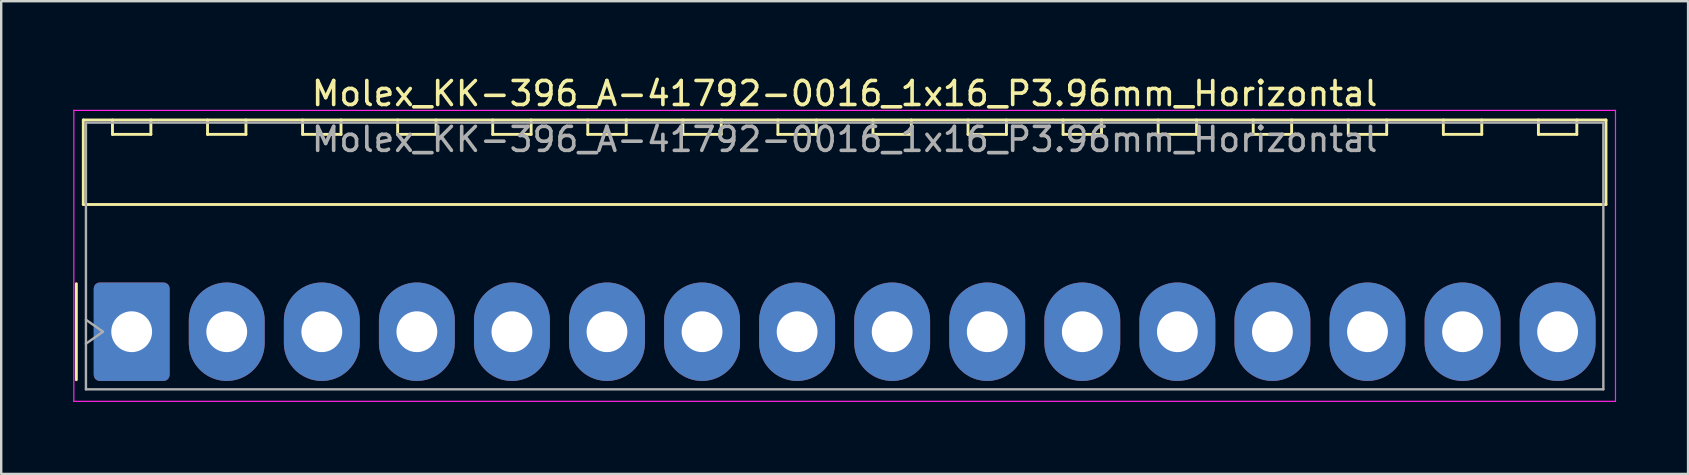
<source format=kicad_pcb>
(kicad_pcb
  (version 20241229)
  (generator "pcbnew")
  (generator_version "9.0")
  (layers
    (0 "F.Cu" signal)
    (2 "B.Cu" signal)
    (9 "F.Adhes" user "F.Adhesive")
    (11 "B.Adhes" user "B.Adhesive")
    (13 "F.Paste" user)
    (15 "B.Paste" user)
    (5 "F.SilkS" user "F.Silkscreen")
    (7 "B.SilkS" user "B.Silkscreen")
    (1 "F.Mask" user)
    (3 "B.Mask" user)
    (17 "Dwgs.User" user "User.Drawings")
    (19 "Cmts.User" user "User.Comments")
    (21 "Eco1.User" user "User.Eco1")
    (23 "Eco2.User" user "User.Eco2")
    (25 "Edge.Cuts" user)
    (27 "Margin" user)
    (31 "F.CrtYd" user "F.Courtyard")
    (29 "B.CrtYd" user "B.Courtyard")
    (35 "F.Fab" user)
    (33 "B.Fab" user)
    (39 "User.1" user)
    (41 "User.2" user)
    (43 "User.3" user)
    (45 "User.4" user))
  (footprint "Molex_KK-396_A-41792-0016_1x16_P3.96mm_Horizontal"
    (layer "F.Cu")
    (at 2.435 10.768)
    (property "Reference" "Molex_KK-396_A-41792-0016_1x16_P3.96mm_Horizontal" (at 29.7 -9.92 0) (layer "F.SilkS") (effects (font (size 1 1) (thickness 0.15))))
    (attr through_hole)
    (fp_line (start -2.305 -2) (end -2.305 2) (stroke (width 0.12) (type solid)) (layer "F.SilkS"))
    (fp_line (start -2.015 -8.82) (end 61.415 -8.82) (stroke (width 0.12) (type solid)) (layer "F.SilkS"))
    (fp_line (start -2.015 -5.3) (end -2.015 -8.82) (stroke (width 0.12) (type solid)) (layer "F.SilkS"))
    (fp_line (start -0.8 -8.82) (end -0.8 -8.22) (stroke (width 0.12) (type solid)) (layer "F.SilkS"))
    (fp_line (start -0.8 -8.22) (end 0.8 -8.22) (stroke (width 0.12) (type solid)) (layer "F.SilkS"))
    (fp_line (start 0.8 -8.22) (end 0.8 -8.82) (stroke (width 0.12) (type solid)) (layer "F.SilkS"))
    (fp_line (start 3.16 -8.82) (end 3.16 -8.22) (stroke (width 0.12) (type solid)) (layer "F.SilkS"))
    (fp_line (start 3.16 -8.22) (end 4.76 -8.22) (stroke (width 0.12) (type solid)) (layer "F.SilkS"))
    (fp_line (start 4.76 -8.22) (end 4.76 -8.82) (stroke (width 0.12) (type solid)) (layer "F.SilkS"))
    (fp_line (start 7.12 -8.82) (end 7.12 -8.22) (stroke (width 0.12) (type solid)) (layer "F.SilkS"))
    (fp_line (start 7.12 -8.22) (end 8.72 -8.22) (stroke (width 0.12) (type solid)) (layer "F.SilkS"))
    (fp_line (start 8.72 -8.22) (end 8.72 -8.82) (stroke (width 0.12) (type solid)) (layer "F.SilkS"))
    (fp_line (start 11.08 -8.82) (end 11.08 -8.22) (stroke (width 0.12) (type solid)) (layer "F.SilkS"))
    (fp_line (start 11.08 -8.22) (end 12.68 -8.22) (stroke (width 0.12) (type solid)) (layer "F.SilkS"))
    (fp_line (start 12.68 -8.22) (end 12.68 -8.82) (stroke (width 0.12) (type solid)) (layer "F.SilkS"))
    (fp_line (start 15.04 -8.82) (end 15.04 -8.22) (stroke (width 0.12) (type solid)) (layer "F.SilkS"))
    (fp_line (start 15.04 -8.22) (end 16.64 -8.22) (stroke (width 0.12) (type solid)) (layer "F.SilkS"))
    (fp_line (start 16.64 -8.22) (end 16.64 -8.82) (stroke (width 0.12) (type solid)) (layer "F.SilkS"))
    (fp_line (start 19 -8.82) (end 19 -8.22) (stroke (width 0.12) (type solid)) (layer "F.SilkS"))
    (fp_line (start 19 -8.22) (end 20.6 -8.22) (stroke (width 0.12) (type solid)) (layer "F.SilkS"))
    (fp_line (start 20.6 -8.22) (end 20.6 -8.82) (stroke (width 0.12) (type solid)) (layer "F.SilkS"))
    (fp_line (start 22.96 -8.82) (end 22.96 -8.22) (stroke (width 0.12) (type solid)) (layer "F.SilkS"))
    (fp_line (start 22.96 -8.22) (end 24.56 -8.22) (stroke (width 0.12) (type solid)) (layer "F.SilkS"))
    (fp_line (start 24.56 -8.22) (end 24.56 -8.82) (stroke (width 0.12) (type solid)) (layer "F.SilkS"))
    (fp_line (start 26.92 -8.82) (end 26.92 -8.22) (stroke (width 0.12) (type solid)) (layer "F.SilkS"))
    (fp_line (start 26.92 -8.22) (end 28.52 -8.22) (stroke (width 0.12) (type solid)) (layer "F.SilkS"))
    (fp_line (start 28.52 -8.22) (end 28.52 -8.82) (stroke (width 0.12) (type solid)) (layer "F.SilkS"))
    (fp_line (start 30.88 -8.82) (end 30.88 -8.22) (stroke (width 0.12) (type solid)) (layer "F.SilkS"))
    (fp_line (start 30.88 -8.22) (end 32.48 -8.22) (stroke (width 0.12) (type solid)) (layer "F.SilkS"))
    (fp_line (start 32.48 -8.22) (end 32.48 -8.82) (stroke (width 0.12) (type solid)) (layer "F.SilkS"))
    (fp_line (start 34.84 -8.82) (end 34.84 -8.22) (stroke (width 0.12) (type solid)) (layer "F.SilkS"))
    (fp_line (start 34.84 -8.22) (end 36.44 -8.22) (stroke (width 0.12) (type solid)) (layer "F.SilkS"))
    (fp_line (start 36.44 -8.22) (end 36.44 -8.82) (stroke (width 0.12) (type solid)) (layer "F.SilkS"))
    (fp_line (start 38.8 -8.82) (end 38.8 -8.22) (stroke (width 0.12) (type solid)) (layer "F.SilkS"))
    (fp_line (start 38.8 -8.22) (end 40.4 -8.22) (stroke (width 0.12) (type solid)) (layer "F.SilkS"))
    (fp_line (start 40.4 -8.22) (end 40.4 -8.82) (stroke (width 0.12) (type solid)) (layer "F.SilkS"))
    (fp_line (start 42.76 -8.82) (end 42.76 -8.22) (stroke (width 0.12) (type solid)) (layer "F.SilkS"))
    (fp_line (start 42.76 -8.22) (end 44.36 -8.22) (stroke (width 0.12) (type solid)) (layer "F.SilkS"))
    (fp_line (start 44.36 -8.22) (end 44.36 -8.82) (stroke (width 0.12) (type solid)) (layer "F.SilkS"))
    (fp_line (start 46.72 -8.82) (end 46.72 -8.22) (stroke (width 0.12) (type solid)) (layer "F.SilkS"))
    (fp_line (start 46.72 -8.22) (end 48.32 -8.22) (stroke (width 0.12) (type solid)) (layer "F.SilkS"))
    (fp_line (start 48.32 -8.22) (end 48.32 -8.82) (stroke (width 0.12) (type solid)) (layer "F.SilkS"))
    (fp_line (start 50.68 -8.82) (end 50.68 -8.22) (stroke (width 0.12) (type solid)) (layer "F.SilkS"))
    (fp_line (start 50.68 -8.22) (end 52.28 -8.22) (stroke (width 0.12) (type solid)) (layer "F.SilkS"))
    (fp_line (start 52.28 -8.22) (end 52.28 -8.82) (stroke (width 0.12) (type solid)) (layer "F.SilkS"))
    (fp_line (start 54.64 -8.82) (end 54.64 -8.22) (stroke (width 0.12) (type solid)) (layer "F.SilkS"))
    (fp_line (start 54.64 -8.22) (end 56.24 -8.22) (stroke (width 0.12) (type solid)) (layer "F.SilkS"))
    (fp_line (start 56.24 -8.22) (end 56.24 -8.82) (stroke (width 0.12) (type solid)) (layer "F.SilkS"))
    (fp_line (start 58.6 -8.82) (end 58.6 -8.22) (stroke (width 0.12) (type solid)) (layer "F.SilkS"))
    (fp_line (start 58.6 -8.22) (end 60.2 -8.22) (stroke (width 0.12) (type solid)) (layer "F.SilkS"))
    (fp_line (start 60.2 -8.22) (end 60.2 -8.82) (stroke (width 0.12) (type solid)) (layer "F.SilkS"))
    (fp_line (start 61.415 -8.82) (end 61.415 -5.3) (stroke (width 0.12) (type solid)) (layer "F.SilkS"))
    (fp_line (start 61.415 -5.3) (end -2.015 -5.3) (stroke (width 0.12) (type solid)) (layer "F.SilkS"))
    (fp_line (start -2.41 -9.22) (end -2.41 2.9) (stroke (width 0.05) (type solid)) (layer "F.CrtYd"))
    (fp_line (start -2.41 2.9) (end 61.81 2.9) (stroke (width 0.05) (type solid)) (layer "F.CrtYd"))
    (fp_line (start 61.81 -9.22) (end -2.41 -9.22) (stroke (width 0.05) (type solid)) (layer "F.CrtYd"))
    (fp_line (start 61.81 2.9) (end 61.81 -9.22) (stroke (width 0.05) (type solid)) (layer "F.CrtYd"))
    (fp_line (start -1.905 -8.71) (end 61.305 -8.71) (stroke (width 0.1) (type solid)) (layer "F.Fab"))
    (fp_line (start -1.905 -0.5) (end -1.198 0) (stroke (width 0.1) (type solid)) (layer "F.Fab"))
    (fp_line (start -1.905 2.4) (end -1.905 -8.71) (stroke (width 0.1) (type solid)) (layer "F.Fab"))
    (fp_line (start -1.198 0) (end -1.905 0.5) (stroke (width 0.1) (type solid)) (layer "F.Fab"))
    (fp_line (start 61.305 -8.71) (end 61.305 2.4) (stroke (width 0.1) (type solid)) (layer "F.Fab"))
    (fp_line (start 61.305 2.4) (end -1.905 2.4) (stroke (width 0.1) (type solid)) (layer "F.Fab"))
    (fp_text user "${REFERENCE}" (at 29.7 -8.01 0) (layer "F.Fab") (effects (font (size 1 1) (thickness 0.15))))
    (pad "1" thru_hole roundrect (at 0 0) (size 3.16 4.1) (drill 1.7) (layers "*.Cu" "*.Mask") (roundrect_rratio 0.079))
    (pad "2" thru_hole oval (at 3.96 0) (size 3.16 4.1) (drill 1.7) (layers "*.Cu" "*.Mask"))
    (pad "3" thru_hole oval (at 7.92 0) (size 3.16 4.1) (drill 1.7) (layers "*.Cu" "*.Mask"))
    (pad "4" thru_hole oval (at 11.88 0) (size 3.16 4.1) (drill 1.7) (layers "*.Cu" "*.Mask"))
    (pad "5" thru_hole oval (at 15.84 0) (size 3.16 4.1) (drill 1.7) (layers "*.Cu" "*.Mask"))
    (pad "6" thru_hole oval (at 19.8 0) (size 3.16 4.1) (drill 1.7) (layers "*.Cu" "*.Mask"))
    (pad "7" thru_hole oval (at 23.76 0) (size 3.16 4.1) (drill 1.7) (layers "*.Cu" "*.Mask"))
    (pad "8" thru_hole oval (at 27.72 0) (size 3.16 4.1) (drill 1.7) (layers "*.Cu" "*.Mask"))
    (pad "9" thru_hole oval (at 31.68 0) (size 3.16 4.1) (drill 1.7) (layers "*.Cu" "*.Mask"))
    (pad "10" thru_hole oval (at 35.64 0) (size 3.16 4.1) (drill 1.7) (layers "*.Cu" "*.Mask"))
    (pad "11" thru_hole oval (at 39.6 0) (size 3.16 4.1) (drill 1.7) (layers "*.Cu" "*.Mask"))
    (pad "12" thru_hole oval (at 43.56 0) (size 3.16 4.1) (drill 1.7) (layers "*.Cu" "*.Mask"))
    (pad "13" thru_hole oval (at 47.52 0) (size 3.16 4.1) (drill 1.7) (layers "*.Cu" "*.Mask"))
    (pad "14" thru_hole oval (at 51.48 0) (size 3.16 4.1) (drill 1.7) (layers "*.Cu" "*.Mask"))
    (pad "15" thru_hole oval (at 55.44 0) (size 3.16 4.1) (drill 1.7) (layers "*.Cu" "*.Mask"))
    (pad "16" thru_hole oval (at 59.4 0) (size 3.16 4.1) (drill 1.7) (layers "*.Cu" "*.Mask")))
  (gr_rect
    (start -3 -3)
    (end 67.27 16.693)
    (stroke (width 0.1) (type default))
    (fill no)
    (layer "Edge.Cuts")))
</source>
